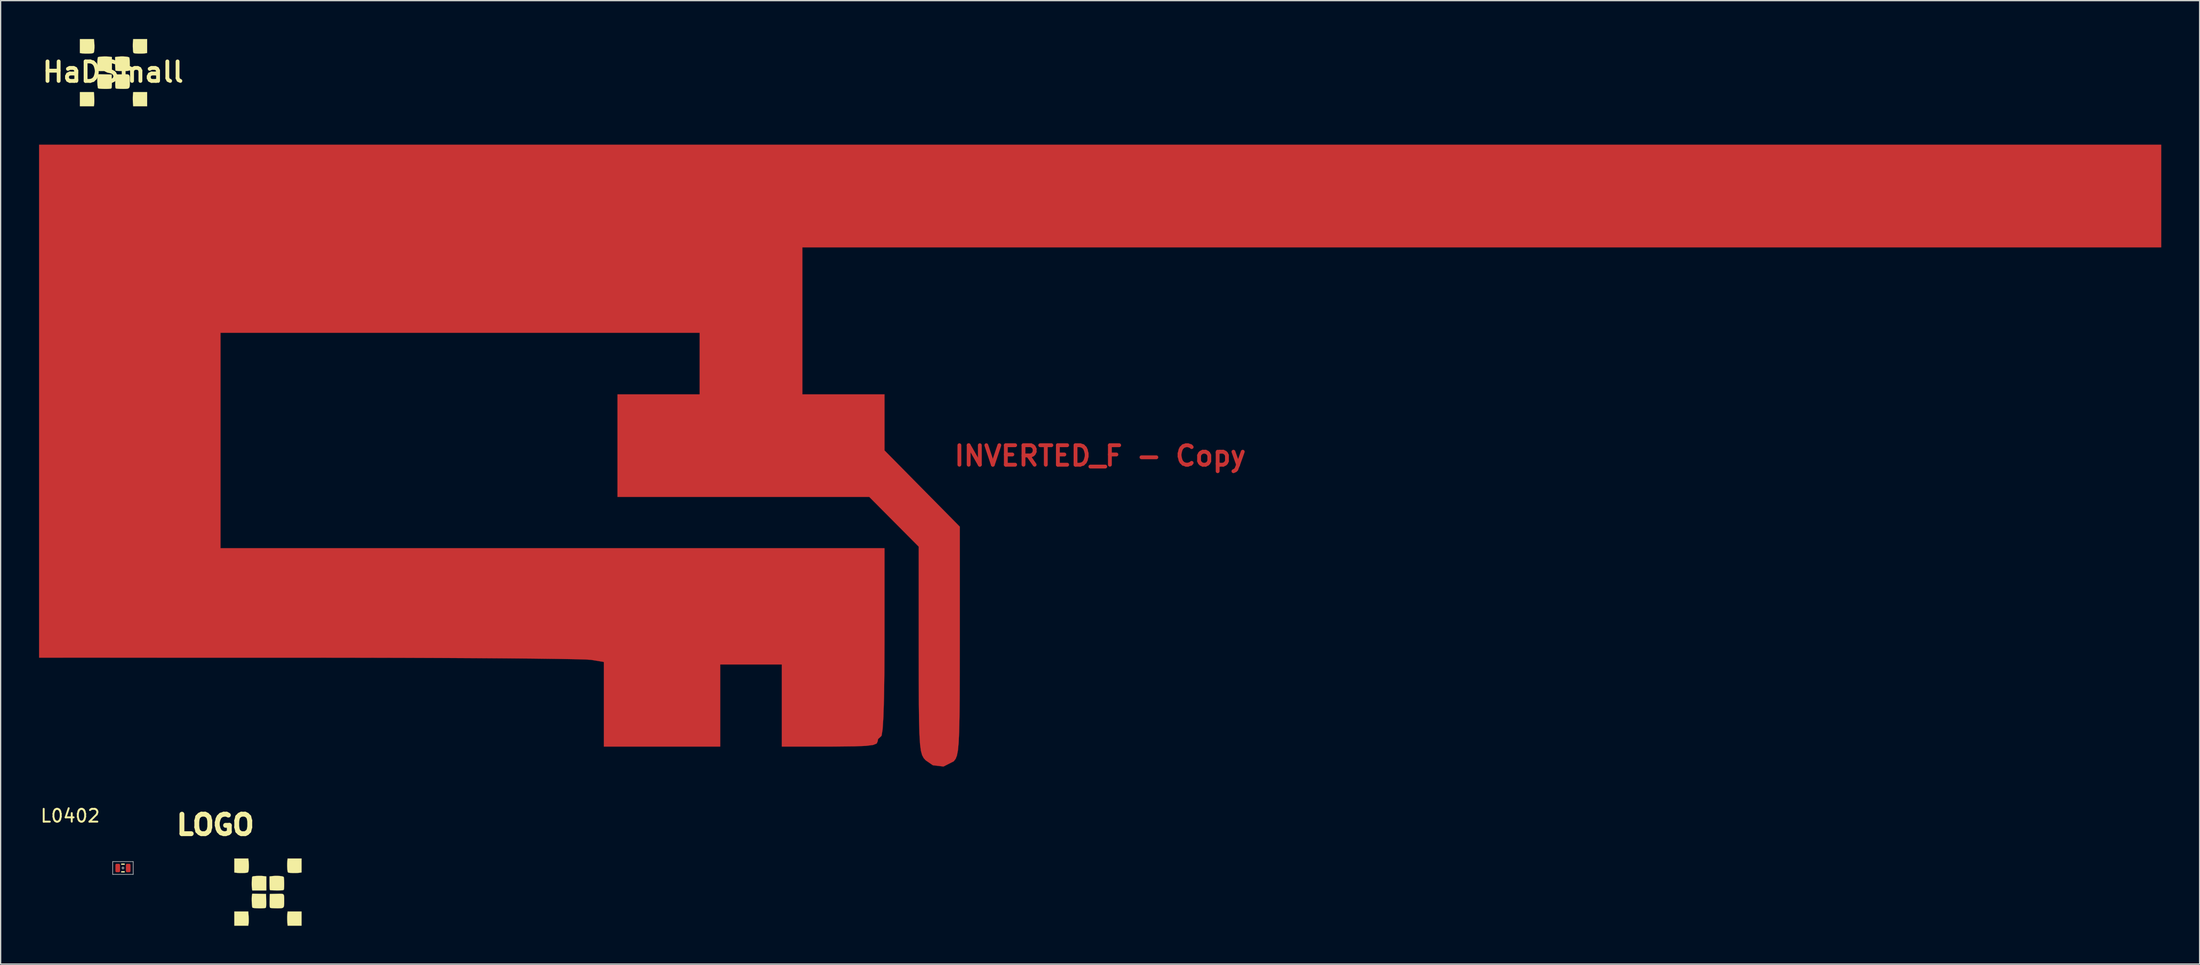
<source format=kicad_pcb>
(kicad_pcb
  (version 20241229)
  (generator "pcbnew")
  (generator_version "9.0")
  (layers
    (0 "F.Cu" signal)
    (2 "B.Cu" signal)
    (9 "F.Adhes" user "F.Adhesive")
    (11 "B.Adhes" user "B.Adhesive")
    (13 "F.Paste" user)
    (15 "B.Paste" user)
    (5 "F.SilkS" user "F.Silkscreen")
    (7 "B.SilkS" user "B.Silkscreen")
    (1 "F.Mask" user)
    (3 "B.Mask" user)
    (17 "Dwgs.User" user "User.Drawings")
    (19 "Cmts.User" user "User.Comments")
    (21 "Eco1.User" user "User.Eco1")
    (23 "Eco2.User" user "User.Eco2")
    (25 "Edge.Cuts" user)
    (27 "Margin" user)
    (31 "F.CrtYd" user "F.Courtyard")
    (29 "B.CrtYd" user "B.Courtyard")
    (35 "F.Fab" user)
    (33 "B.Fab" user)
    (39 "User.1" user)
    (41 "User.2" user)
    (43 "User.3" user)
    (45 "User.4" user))
  (footprint "HaDSmall"
    (layer "F.Cu")
    (at 5.777 2.587)
    (property "Reference" "HaDSmall" (at 0 0 0) (layer "F.SilkS") (effects (font (size 1.524 1.524) (thickness 0.3))))
    (attr through_hole)
    (fp_poly (pts (xy 2.667 2.667) (xy 1.578 2.667) (xy 1.556 2.361) (xy 1.548 2.162) (xy 1.548 1.955) (xy 1.556 1.81) (xy 1.578 1.566) (xy 2.667 1.566) (xy 2.667 2.667)) (stroke (width 0.01) (type solid)) (fill yes) (layer "F.SilkS"))
    (fp_poly (pts (xy -1.468 1.932) (xy -1.459 2.127) (xy -1.458 2.314) (xy -1.465 2.459) (xy -1.468 2.483) (xy -1.493 2.667) (xy -2.582 2.667) (xy -2.582 1.566) (xy -1.494 1.566) (xy -1.468 1.932)) (stroke (width 0.01) (type solid)) (fill yes) (layer "F.SilkS"))
    (fp_poly (pts (xy -1.461 -2.287) (xy -1.449 -2.088) (xy -1.45 -1.879) (xy -1.46 -1.741) (xy -1.478 -1.602) (xy -1.502 -1.525) (xy -1.546 -1.488) (xy -1.625 -1.469) (xy -1.644 -1.466) (xy -1.788 -1.452) (xy -1.982 -1.447) (xy -2.19 -1.449) (xy -2.377 -1.46) (xy -2.466 -1.47) (xy -2.582 -1.487) (xy -2.582 -2.582) (xy -1.49 -2.582) (xy -1.461 -2.287)) (stroke (width 0.01) (type solid)) (fill yes) (layer "F.SilkS"))
    (fp_poly (pts (xy -0.465 -1.22) (xy -0.322 -1.209) (xy -0.085 -1.179) (xy -0.085 -0.085) (xy -1.18 -0.085) (xy -1.208 -0.274) (xy -1.22 -0.403) (xy -1.224 -0.569) (xy -1.222 -0.749) (xy -1.214 -0.921) (xy -1.201 -1.062) (xy -1.184 -1.15) (xy -1.176 -1.166) (xy -1.113 -1.188) (xy -0.989 -1.206) (xy -0.824 -1.218) (xy -0.642 -1.223) (xy -0.465 -1.22)) (stroke (width 0.01) (type solid)) (fill yes) (layer "F.SilkS"))
    (fp_poly (pts (xy 2.667 -1.493) (xy 2.508 -1.467) (xy 2.363 -1.453) (xy 2.169 -1.447) (xy 1.961 -1.449) (xy 1.775 -1.459) (xy 1.688 -1.469) (xy 1.63 -1.483) (xy 1.595 -1.517) (xy 1.575 -1.589) (xy 1.561 -1.719) (xy 1.556 -1.79) (xy 1.547 -1.989) (xy 1.548 -2.196) (xy 1.556 -2.338) (xy 1.578 -2.582) (xy 2.667 -2.582) (xy 2.667 -1.493)) (stroke (width 0.01) (type solid)) (fill yes) (layer "F.SilkS"))
    (fp_poly (pts (xy -0.643 0.179) (xy -0.106 0.191) (xy -0.094 0.716) (xy -0.091 0.955) (xy -0.096 1.12) (xy -0.108 1.222) (xy -0.13 1.272) (xy -0.136 1.277) (xy -0.207 1.295) (xy -0.337 1.307) (xy -0.504 1.313) (xy -0.687 1.312) (xy -0.867 1.306) (xy -1.021 1.295) (xy -1.13 1.278) (xy -1.17 1.26) (xy -1.189 1.189) (xy -1.205 1.056) (xy -1.217 0.885) (xy -1.224 0.7) (xy -1.224 0.523) (xy -1.217 0.379) (xy -1.209 0.318) (xy -1.181 0.167) (xy -0.643 0.179)) (stroke (width 0.01) (type solid)) (fill yes) (layer "F.SilkS"))
    (fp_poly (pts (xy 1.119 0.177) (xy 1.222 0.202) (xy 1.28 0.263) (xy 1.306 0.37) (xy 1.312 0.538) (xy 1.312 0.754) (xy 1.311 0.98) (xy 1.297 1.134) (xy 1.258 1.232) (xy 1.181 1.285) (xy 1.051 1.307) (xy 0.855 1.312) (xy 0.75 1.312) (xy 0.554 1.308) (xy 0.387 1.3) (xy 0.269 1.288) (xy 0.221 1.277) (xy 0.197 1.237) (xy 0.182 1.147) (xy 0.176 0.996) (xy 0.177 0.774) (xy 0.179 0.716) (xy 0.191 0.191) (xy 0.725 0.179) (xy 0.958 0.173) (xy 1.119 0.177)) (stroke (width 0.01) (type solid)) (fill yes) (layer "F.SilkS"))
    (fp_poly (pts (xy 0.981 -1.213) (xy 1.138 -1.191) (xy 1.243 -1.161) (xy 1.274 -1.138) (xy 1.289 -1.072) (xy 1.301 -0.945) (xy 1.308 -0.778) (xy 1.311 -0.594) (xy 1.31 -0.416) (xy 1.303 -0.266) (xy 1.291 -0.168) (xy 1.287 -0.152) (xy 1.263 -0.123) (xy 1.209 -0.103) (xy 1.111 -0.092) (xy 0.955 -0.086) (xy 0.743 -0.085) (xy 0.542 -0.087) (xy 0.372 -0.093) (xy 0.252 -0.102) (xy 0.198 -0.112) (xy 0.198 -0.113) (xy 0.187 -0.164) (xy 0.178 -0.282) (xy 0.172 -0.45) (xy 0.169 -0.651) (xy 0.169 -0.66) (xy 0.169 -1.179) (xy 0.406 -1.209) (xy 0.595 -1.223) (xy 0.793 -1.224) (xy 0.981 -1.213)) (stroke (width 0.01) (type solid)) (fill yes) (layer "F.SilkS")))
  (footprint "LOGO"
    (layer "F.Cu")
    (at 17.838 66.655)
    (property "Reference" "LOGO" (at -4.064 -5.207 0) (layer "F.SilkS") (effects (font (size 1.524 1.524) (thickness 0.381))))
    (attr through_hole)
    (fp_poly (pts (xy 2.667 2.667) (xy 1.578 2.667) (xy 1.556 2.361) (xy 1.548 2.162) (xy 1.548 1.955) (xy 1.556 1.81) (xy 1.578 1.566) (xy 2.667 1.566) (xy 2.667 2.667)) (stroke (width 0.01) (type solid)) (fill yes) (layer "F.SilkS"))
    (fp_poly (pts (xy -1.468 1.932) (xy -1.459 2.127) (xy -1.458 2.314) (xy -1.465 2.459) (xy -1.468 2.483) (xy -1.493 2.667) (xy -2.582 2.667) (xy -2.582 1.566) (xy -1.494 1.566) (xy -1.468 1.932)) (stroke (width 0.01) (type solid)) (fill yes) (layer "F.SilkS"))
    (fp_poly (pts (xy -1.461 -2.287) (xy -1.449 -2.088) (xy -1.45 -1.879) (xy -1.46 -1.741) (xy -1.478 -1.602) (xy -1.502 -1.525) (xy -1.546 -1.488) (xy -1.625 -1.469) (xy -1.644 -1.466) (xy -1.788 -1.452) (xy -1.982 -1.447) (xy -2.19 -1.449) (xy -2.377 -1.46) (xy -2.466 -1.47) (xy -2.582 -1.487) (xy -2.582 -2.582) (xy -1.49 -2.582) (xy -1.461 -2.287)) (stroke (width 0.01) (type solid)) (fill yes) (layer "F.SilkS"))
    (fp_poly (pts (xy -0.465 -1.22) (xy -0.322 -1.209) (xy -0.085 -1.179) (xy -0.085 -0.085) (xy -1.18 -0.085) (xy -1.208 -0.274) (xy -1.22 -0.403) (xy -1.224 -0.569) (xy -1.222 -0.749) (xy -1.214 -0.921) (xy -1.201 -1.062) (xy -1.184 -1.15) (xy -1.176 -1.166) (xy -1.113 -1.188) (xy -0.989 -1.206) (xy -0.824 -1.218) (xy -0.642 -1.223) (xy -0.465 -1.22)) (stroke (width 0.01) (type solid)) (fill yes) (layer "F.SilkS"))
    (fp_poly (pts (xy 2.667 -1.493) (xy 2.508 -1.467) (xy 2.363 -1.453) (xy 2.169 -1.447) (xy 1.961 -1.449) (xy 1.775 -1.459) (xy 1.688 -1.469) (xy 1.63 -1.483) (xy 1.595 -1.517) (xy 1.575 -1.589) (xy 1.561 -1.719) (xy 1.556 -1.79) (xy 1.547 -1.989) (xy 1.548 -2.196) (xy 1.556 -2.338) (xy 1.578 -2.582) (xy 2.667 -2.582) (xy 2.667 -1.493)) (stroke (width 0.01) (type solid)) (fill yes) (layer "F.SilkS"))
    (fp_poly (pts (xy -0.643 0.179) (xy -0.106 0.191) (xy -0.094 0.716) (xy -0.091 0.955) (xy -0.096 1.12) (xy -0.108 1.222) (xy -0.13 1.272) (xy -0.136 1.277) (xy -0.207 1.295) (xy -0.337 1.307) (xy -0.504 1.313) (xy -0.687 1.312) (xy -0.867 1.306) (xy -1.021 1.295) (xy -1.13 1.278) (xy -1.17 1.26) (xy -1.189 1.189) (xy -1.205 1.056) (xy -1.217 0.885) (xy -1.224 0.7) (xy -1.224 0.523) (xy -1.217 0.379) (xy -1.209 0.318) (xy -1.181 0.167) (xy -0.643 0.179)) (stroke (width 0.01) (type solid)) (fill yes) (layer "F.SilkS"))
    (fp_poly (pts (xy 1.119 0.177) (xy 1.222 0.202) (xy 1.28 0.263) (xy 1.306 0.37) (xy 1.312 0.538) (xy 1.312 0.754) (xy 1.311 0.98) (xy 1.297 1.134) (xy 1.258 1.232) (xy 1.181 1.285) (xy 1.051 1.307) (xy 0.855 1.312) (xy 0.75 1.312) (xy 0.554 1.308) (xy 0.387 1.3) (xy 0.269 1.288) (xy 0.221 1.277) (xy 0.197 1.237) (xy 0.182 1.147) (xy 0.176 0.996) (xy 0.177 0.774) (xy 0.179 0.716) (xy 0.191 0.191) (xy 0.725 0.179) (xy 0.958 0.173) (xy 1.119 0.177)) (stroke (width 0.01) (type solid)) (fill yes) (layer "F.SilkS"))
    (fp_poly (pts (xy 0.981 -1.213) (xy 1.138 -1.191) (xy 1.243 -1.161) (xy 1.274 -1.138) (xy 1.289 -1.072) (xy 1.301 -0.945) (xy 1.308 -0.778) (xy 1.311 -0.594) (xy 1.31 -0.416) (xy 1.303 -0.266) (xy 1.291 -0.168) (xy 1.287 -0.152) (xy 1.263 -0.123) (xy 1.209 -0.103) (xy 1.111 -0.092) (xy 0.955 -0.086) (xy 0.743 -0.085) (xy 0.542 -0.087) (xy 0.372 -0.093) (xy 0.252 -0.102) (xy 0.198 -0.112) (xy 0.198 -0.113) (xy 0.187 -0.164) (xy 0.178 -0.282) (xy 0.172 -0.45) (xy 0.169 -0.651) (xy 0.169 -0.66) (xy 0.169 -1.179) (xy 0.406 -1.209) (xy 0.595 -1.223) (xy 0.793 -1.224) (xy 0.981 -1.213)) (stroke (width 0.01) (type solid)) (fill yes) (layer "F.SilkS")))
  (footprint "INVERTED_F - Copy"
    (layer "F.Cu")
    (at 82.889 32.595)
    (property "Reference" "INVERTED_F - Copy" (at 0 0 0) (layer "F.Cu") (effects (font (size 1.524 1.524) (thickness 0.3))))
    (attr through_hole)
    (fp_poly (pts (xy 82.884 -16.309) (xy -23.261 -16.309) (xy -23.261 -4.813) (xy -16.844 -4.813) (xy -16.844 -0.429) (xy -13.903 2.552) (xy -10.962 5.533) (xy -10.962 14.489) (xy -10.964 16.924) (xy -10.971 18.88) (xy -10.986 20.413) (xy -11.012 21.579) (xy -11.052 22.433) (xy -11.109 23.031) (xy -11.186 23.429) (xy -11.285 23.683) (xy -11.41 23.849) (xy -11.451 23.888) (xy -12.237 24.288) (xy -13.068 24.188) (xy -13.636 23.796) (xy -13.788 23.622) (xy -13.908 23.397) (xy -14 23.062) (xy -14.067 22.557) (xy -14.114 21.821) (xy -14.144 20.796) (xy -14.161 19.42) (xy -14.169 17.634) (xy -14.171 15.378) (xy -14.171 15.179) (xy -14.171 7.098) (xy -16.102 5.153) (xy -18.034 3.208) (xy -37.699 3.208) (xy -37.699 -4.813) (xy -31.282 -4.813) (xy -31.282 -9.625) (xy -68.714 -9.625) (xy -68.714 7.219) (xy -16.844 7.219) (xy -16.844 14.572) (xy -16.854 16.964) (xy -16.882 18.91) (xy -16.928 20.391) (xy -16.992 21.386) (xy -17.072 21.874) (xy -17.112 21.924) (xy -17.349 22.141) (xy -17.379 22.325) (xy -17.454 22.487) (xy -17.73 22.6) (xy -18.283 22.672) (xy -19.191 22.711) (xy -20.529 22.725) (xy -21.122 22.726) (xy -24.865 22.726) (xy -24.865 16.309) (xy -29.678 16.309) (xy -29.678 22.726) (xy -38.768 22.726) (xy -38.768 16.112) (xy -39.771 15.946) (xy -40.193 15.92) (xy -41.106 15.895) (xy -42.468 15.872) (xy -44.236 15.85) (xy -46.367 15.831) (xy -48.818 15.814) (xy -51.547 15.8) (xy -54.509 15.789) (xy -57.663 15.782) (xy -60.965 15.778) (xy -61.829 15.778) (xy -82.884 15.775) (xy -82.884 -24.331) (xy 82.884 -24.331) (xy 82.884 -16.309)) (stroke (width 0.01) (type solid)) (fill yes) (layer "F.Cu")))
  (footprint "L0402"
    (layer "F.Cu")
    (at 6.555 64.816)
    (property "Reference" "L0402" (at -4.12 -4.08 0) (layer "F.SilkS") (effects (font (size 1 1) (thickness 0.15))))
    (attr through_hole)
    (fp_line (start 0.1 -0.3) (end -0.1 -0.3) (stroke (width 0.1) (type solid)) (layer "F.SilkS"))
    (fp_line (start 0.1 0.3) (end -0.1 0.3) (stroke (width 0.1) (type solid)) (layer "F.SilkS"))
    (fp_line (start -0.8 -0.5) (end -0.8 0.5) (stroke (width 0.05) (type solid)) (layer "Dwgs.User"))
    (fp_line (start -0.8 0.5) (end 0.8 0.5) (stroke (width 0.05) (type solid)) (layer "Dwgs.User"))
    (fp_line (start 0 -0.1) (end 0 0.1) (stroke (width 0.05) (type solid)) (layer "Dwgs.User"))
    (fp_line (start 0.1 0) (end -0.1 0) (stroke (width 0.05) (type solid)) (layer "Dwgs.User"))
    (fp_line (start 0.8 -0.5) (end -0.8 -0.5) (stroke (width 0.05) (type solid)) (layer "Dwgs.User"))
    (fp_line (start 0.8 0.5) (end 0.8 -0.5) (stroke (width 0.05) (type solid)) (layer "Dwgs.User"))
    (pad "1" smd roundrect (at -0.41 0) (size 0.36 0.66) (layers "F.Cu" "F.Mask" "F.Paste") (roundrect_rratio 0.25))
    (pad "2" smd roundrect (at 0.41 0) (size 0.36 0.66) (layers "F.Cu" "F.Mask" "F.Paste") (roundrect_rratio 0.25)))
  (gr_rect
    (start -3 -3)
    (end 168.778 72.327)
    (stroke (width 0.1) (type default))
    (fill no)
    (layer "Edge.Cuts")))
</source>
